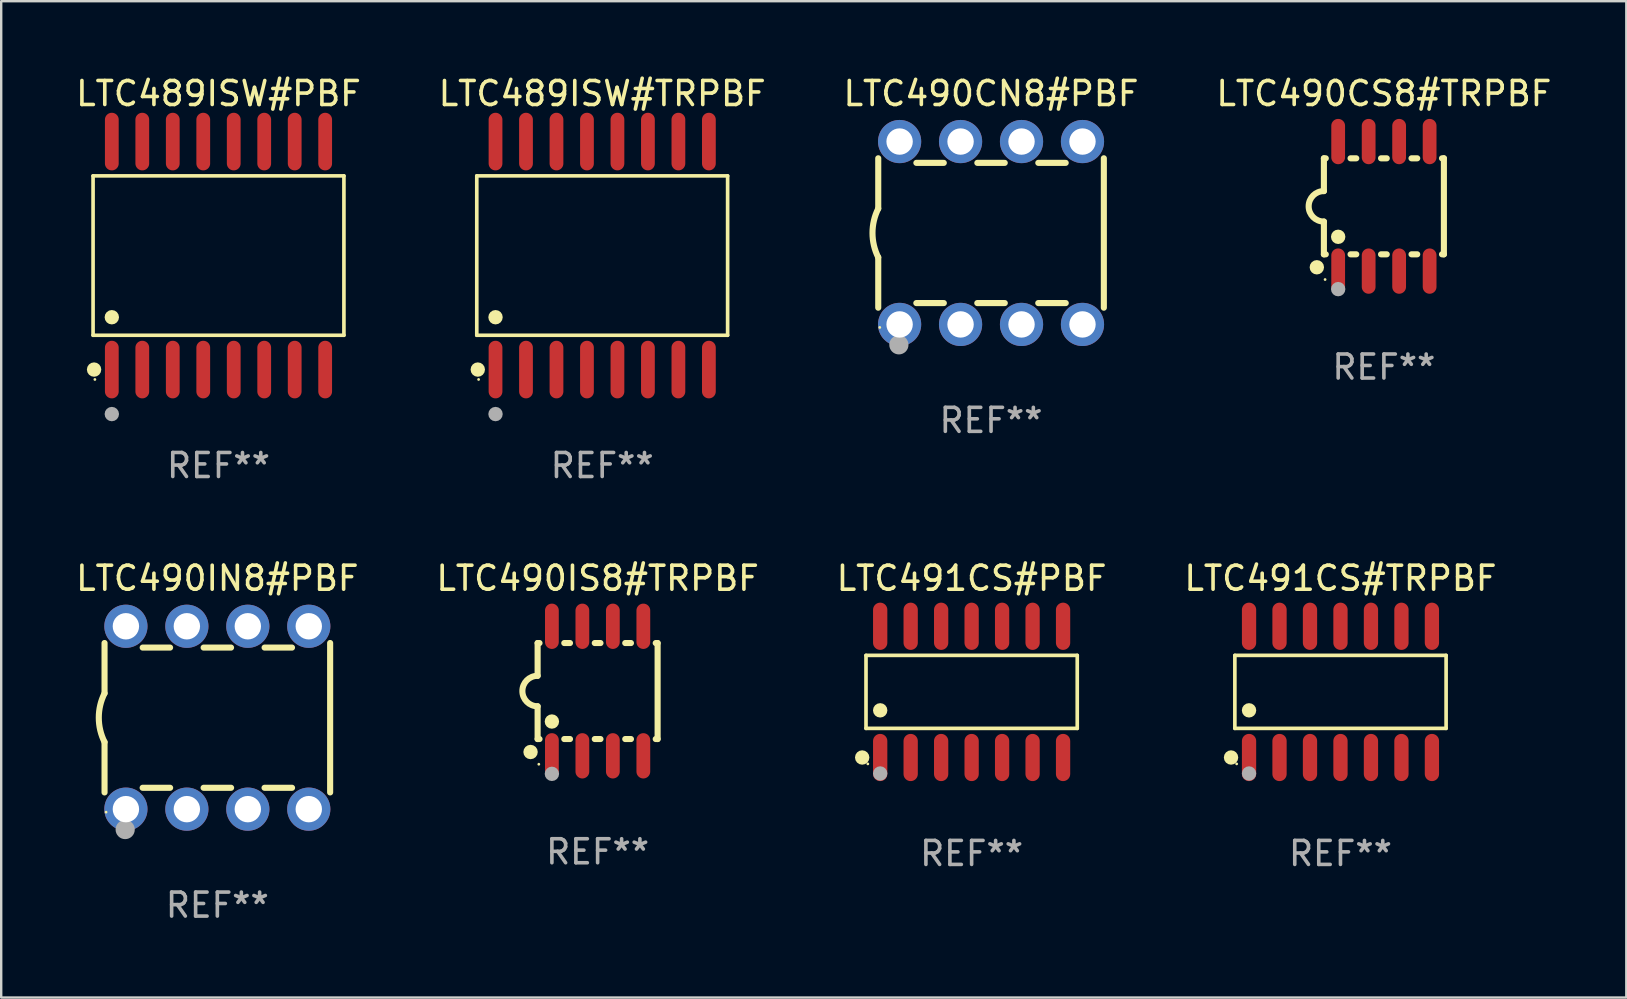
<source format=kicad_pcb>
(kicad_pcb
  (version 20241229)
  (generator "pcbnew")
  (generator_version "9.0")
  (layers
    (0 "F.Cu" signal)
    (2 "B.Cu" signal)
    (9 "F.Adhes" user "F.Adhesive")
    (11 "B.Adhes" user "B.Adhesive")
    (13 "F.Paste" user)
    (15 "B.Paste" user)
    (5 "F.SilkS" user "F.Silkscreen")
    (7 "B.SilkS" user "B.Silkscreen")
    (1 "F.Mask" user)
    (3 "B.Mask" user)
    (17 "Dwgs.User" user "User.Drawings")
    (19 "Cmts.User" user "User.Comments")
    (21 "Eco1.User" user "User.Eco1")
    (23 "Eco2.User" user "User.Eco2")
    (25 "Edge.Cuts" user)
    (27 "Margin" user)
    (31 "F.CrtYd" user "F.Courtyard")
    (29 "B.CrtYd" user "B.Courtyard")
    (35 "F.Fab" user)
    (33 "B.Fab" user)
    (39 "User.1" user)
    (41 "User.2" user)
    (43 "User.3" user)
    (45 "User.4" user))
  (footprint "LTC490IS8#TRPBF"
    (layer "F.Cu")
    (at 21.851 25.744)
    (property "Reference" "LTC490IS8#TRPBF" (at 0 -4.699 0) (layer "F.SilkS") (effects (font (size 1 1) (thickness 0.15))))
    (attr through_hole)
    (fp_line (start -2.5 -2) (end -2.5 -0.635) (stroke (width 0.254) (type solid)) (layer "F.SilkS"))
    (fp_line (start -2.5 -2) (end -2.421 -2) (stroke (width 0.254) (type solid)) (layer "F.SilkS"))
    (fp_line (start -2.5 2) (end -2.5 0.635) (stroke (width 0.254) (type solid)) (layer "F.SilkS"))
    (fp_line (start -2.5 2) (end -2.421 2) (stroke (width 0.254) (type solid)) (layer "F.SilkS"))
    (fp_line (start -1.389 -2) (end -1.151 -2) (stroke (width 0.254) (type solid)) (layer "F.SilkS"))
    (fp_line (start -1.389 2) (end -1.151 2) (stroke (width 0.254) (type solid)) (layer "F.SilkS"))
    (fp_line (start -0.119 -2) (end 0.119 -2) (stroke (width 0.254) (type solid)) (layer "F.SilkS"))
    (fp_line (start -0.119 2) (end 0.119 2) (stroke (width 0.254) (type solid)) (layer "F.SilkS"))
    (fp_line (start 1.151 -2) (end 1.389 -2) (stroke (width 0.254) (type solid)) (layer "F.SilkS"))
    (fp_line (start 1.151 2) (end 1.389 2) (stroke (width 0.254) (type solid)) (layer "F.SilkS"))
    (fp_line (start 2.421 -2) (end 2.5 -2) (stroke (width 0.254) (type solid)) (layer "F.SilkS"))
    (fp_line (start 2.421 2) (end 2.5 2) (stroke (width 0.254) (type solid)) (layer "F.SilkS"))
    (fp_line (start 2.5 -2) (end 2.5 2) (stroke (width 0.254) (type solid)) (layer "F.SilkS"))
    (fp_arc (start -2.5 0.635001) (mid -3.134366 -0.000318) (end -2.499365 -0.635001) (stroke (width 0.254001) (type solid)) (layer "F.SilkS"))
    (fp_circle (center -2.794 2.54) (end -2.644 2.54) (stroke (width 0.3) (type solid)) (fill no) (layer "F.SilkS"))
    (fp_circle (center -2.45 3.05) (end -2.42 3.05) (stroke (width 0.06) (type solid)) (fill no) (layer "F.SilkS"))
    (fp_circle (center -1.905 1.27) (end -1.755 1.27) (stroke (width 0.3) (type solid)) (fill no) (layer "F.SilkS"))
    (fp_circle (center -1.905 3.45) (end -1.755 3.45) (stroke (width 0.3) (type solid)) (fill no) (layer "F.Fab"))
    (fp_text user "REF**" (at 0 6.699 0) (layer "F.Fab") (effects (font (size 1 1) (thickness 0.15))))
    (pad "1" smd oval (at -1.905 2.699) (size 0.574 1.888) (layers "F.Cu" "F.Mask" "F.Paste"))
    (pad "2" smd oval (at -0.635 2.699) (size 0.574 1.888) (layers "F.Cu" "F.Mask" "F.Paste"))
    (pad "3" smd oval (at 0.635 2.699) (size 0.574 1.888) (layers "F.Cu" "F.Mask" "F.Paste"))
    (pad "4" smd oval (at 1.905 2.699) (size 0.574 1.888) (layers "F.Cu" "F.Mask" "F.Paste"))
    (pad "5" smd oval (at 1.905 -2.699) (size 0.574 1.888) (layers "F.Cu" "F.Mask" "F.Paste"))
    (pad "6" smd oval (at 0.635 -2.699) (size 0.574 1.888) (layers "F.Cu" "F.Mask" "F.Paste"))
    (pad "7" smd oval (at -0.635 -2.699) (size 0.574 1.888) (layers "F.Cu" "F.Mask" "F.Paste"))
    (pad "8" smd oval (at -1.905 -2.699) (size 0.574 1.888) (layers "F.Cu" "F.Mask" "F.Paste")))
  (footprint "LTC490CN8#PBF"
    (layer "F.Cu")
    (at 38.244 6.658)
    (property "Reference" "LTC490CN8#PBF" (at 0 -5.81 0) (layer "F.SilkS") (effects (font (size 1 1) (thickness 0.15))))
    (attr through_hole)
    (fp_line (start -4.7 -1.017) (end -4.7 -3.113) (stroke (width 0.254) (type solid)) (layer "F.SilkS"))
    (fp_line (start -4.7 1.015) (end -4.7 3.113) (stroke (width 0.254) (type solid)) (layer "F.SilkS"))
    (fp_line (start -3.113 2.92) (end -1.967 2.92) (stroke (width 0.254) (type solid)) (layer "F.SilkS"))
    (fp_line (start -3.111 -2.922) (end -1.969 -2.922) (stroke (width 0.254) (type solid)) (layer "F.SilkS"))
    (fp_line (start -0.573 2.92) (end 0.573 2.92) (stroke (width 0.254) (type solid)) (layer "F.SilkS"))
    (fp_line (start -0.571 -2.922) (end 0.571 -2.922) (stroke (width 0.254) (type solid)) (layer "F.SilkS"))
    (fp_line (start 1.967 2.92) (end 3.113 2.92) (stroke (width 0.254) (type solid)) (layer "F.SilkS"))
    (fp_line (start 1.969 -2.922) (end 3.111 -2.922) (stroke (width 0.254) (type solid)) (layer "F.SilkS"))
    (fp_line (start 4.7 -3.113) (end 4.7 3.113) (stroke (width 0.254) (type solid)) (layer "F.SilkS"))
    (fp_arc (start -4.7 1.01524) (mid -4.939846 -0.000762) (end -4.7 -1.016764) (stroke (width 0.254001) (type solid)) (layer "F.SilkS"))
    (fp_circle (center -4.636 3.935) (end -4.606 3.935) (stroke (width 0.06) (type solid)) (fill no) (layer "F.SilkS"))
    (fp_circle (center -3.84 4.66) (end -3.64 4.66) (stroke (width 0.4) (type solid)) (fill no) (layer "F.Fab"))
    (fp_text user "REF**" (at 0 7.81 0) (layer "F.Fab") (effects (font (size 1 1) (thickness 0.15))))
    (pad "1" thru_hole circle (at -3.81 3.81) (size 1.8 1.8) (drill 1.1) (layers "*.Cu" "*.Mask"))
    (pad "2" thru_hole circle (at -1.27 3.81) (size 1.8 1.8) (drill 1.1) (layers "*.Cu" "*.Mask"))
    (pad "3" thru_hole circle (at 1.27 3.81) (size 1.8 1.8) (drill 1.1) (layers "*.Cu" "*.Mask"))
    (pad "4" thru_hole circle (at 3.81 3.81) (size 1.8 1.8) (drill 1.1) (layers "*.Cu" "*.Mask"))
    (pad "5" thru_hole circle (at 3.81 -3.81) (size 1.8 1.8) (drill 1.1) (layers "*.Cu" "*.Mask"))
    (pad "6" thru_hole circle (at 1.27 -3.81) (size 1.8 1.8) (drill 1.1) (layers "*.Cu" "*.Mask"))
    (pad "7" thru_hole circle (at -1.27 -3.81) (size 1.8 1.8) (drill 1.1) (layers "*.Cu" "*.Mask"))
    (pad "8" thru_hole circle (at -3.81 -3.81) (size 1.8 1.8) (drill 1.1) (layers "*.Cu" "*.Mask")))
  (footprint "LTC490IN8#PBF"
    (layer "F.Cu")
    (at 6.006 26.855)
    (property "Reference" "LTC490IN8#PBF" (at 0 -5.81 0) (layer "F.SilkS") (effects (font (size 1 1) (thickness 0.15))))
    (attr through_hole)
    (fp_line (start -4.7 -1.017) (end -4.7 -3.113) (stroke (width 0.254) (type solid)) (layer "F.SilkS"))
    (fp_line (start -4.7 1.015) (end -4.7 3.113) (stroke (width 0.254) (type solid)) (layer "F.SilkS"))
    (fp_line (start -3.113 2.92) (end -1.967 2.92) (stroke (width 0.254) (type solid)) (layer "F.SilkS"))
    (fp_line (start -3.111 -2.922) (end -1.969 -2.922) (stroke (width 0.254) (type solid)) (layer "F.SilkS"))
    (fp_line (start -0.573 2.92) (end 0.573 2.92) (stroke (width 0.254) (type solid)) (layer "F.SilkS"))
    (fp_line (start -0.571 -2.922) (end 0.571 -2.922) (stroke (width 0.254) (type solid)) (layer "F.SilkS"))
    (fp_line (start 1.967 2.92) (end 3.113 2.92) (stroke (width 0.254) (type solid)) (layer "F.SilkS"))
    (fp_line (start 1.969 -2.922) (end 3.111 -2.922) (stroke (width 0.254) (type solid)) (layer "F.SilkS"))
    (fp_line (start 4.7 -3.113) (end 4.7 3.113) (stroke (width 0.254) (type solid)) (layer "F.SilkS"))
    (fp_arc (start -4.7 1.01524) (mid -4.939846 -0.000762) (end -4.7 -1.016764) (stroke (width 0.254001) (type solid)) (layer "F.SilkS"))
    (fp_circle (center -4.636 3.935) (end -4.606 3.935) (stroke (width 0.06) (type solid)) (fill no) (layer "F.SilkS"))
    (fp_circle (center -3.84 4.66) (end -3.64 4.66) (stroke (width 0.4) (type solid)) (fill no) (layer "F.Fab"))
    (fp_text user "REF**" (at 0 7.81 0) (layer "F.Fab") (effects (font (size 1 1) (thickness 0.15))))
    (pad "1" thru_hole circle (at -3.81 3.81) (size 1.8 1.8) (drill 1.1) (layers "*.Cu" "*.Mask"))
    (pad "2" thru_hole circle (at -1.27 3.81) (size 1.8 1.8) (drill 1.1) (layers "*.Cu" "*.Mask"))
    (pad "3" thru_hole circle (at 1.27 3.81) (size 1.8 1.8) (drill 1.1) (layers "*.Cu" "*.Mask"))
    (pad "4" thru_hole circle (at 3.81 3.81) (size 1.8 1.8) (drill 1.1) (layers "*.Cu" "*.Mask"))
    (pad "5" thru_hole circle (at 3.81 -3.81) (size 1.8 1.8) (drill 1.1) (layers "*.Cu" "*.Mask"))
    (pad "6" thru_hole circle (at 1.27 -3.81) (size 1.8 1.8) (drill 1.1) (layers "*.Cu" "*.Mask"))
    (pad "7" thru_hole circle (at -1.27 -3.81) (size 1.8 1.8) (drill 1.1) (layers "*.Cu" "*.Mask"))
    (pad "8" thru_hole circle (at -3.81 -3.81) (size 1.8 1.8) (drill 1.1) (layers "*.Cu" "*.Mask")))
  (footprint "LTC489ISW#PBF"
    (layer "F.Cu")
    (at 6.054 7.599)
    (property "Reference" "LTC489ISW#PBF" (at 0 -6.75 0) (layer "F.SilkS") (effects (font (size 1 1) (thickness 0.15))))
    (attr through_hole)
    (fp_line (start -5.226 -3.321) (end 5.226 -3.321) (stroke (width 0.152) (type solid)) (layer "F.SilkS"))
    (fp_line (start -5.226 3.321) (end -5.226 -3.321) (stroke (width 0.152) (type solid)) (layer "F.SilkS"))
    (fp_line (start 5.226 -3.321) (end 5.226 3.321) (stroke (width 0.152) (type solid)) (layer "F.SilkS"))
    (fp_line (start 5.226 3.321) (end -5.226 3.321) (stroke (width 0.152) (type solid)) (layer "F.SilkS"))
    (fp_circle (center -5.184 4.75) (end -5.034 4.75) (stroke (width 0.3) (type solid)) (fill no) (layer "F.SilkS"))
    (fp_circle (center -5.15 5.162) (end -5.12 5.162) (stroke (width 0.06) (type solid)) (fill no) (layer "F.SilkS"))
    (fp_circle (center -4.445 2.569) (end -4.295 2.569) (stroke (width 0.3) (type solid)) (fill no) (layer "F.SilkS"))
    (fp_circle (center -4.445 6.604) (end -4.295 6.604) (stroke (width 0.3) (type solid)) (fill no) (layer "F.Fab"))
    (fp_text user "REF**" (at 0 8.75 0) (layer "F.Fab") (effects (font (size 1 1) (thickness 0.15))))
    (pad "1" smd oval (at -4.445 4.75) (size 0.574 2.401) (layers "F.Cu" "F.Mask" "F.Paste"))
    (pad "2" smd oval (at -3.175 4.75) (size 0.574 2.401) (layers "F.Cu" "F.Mask" "F.Paste"))
    (pad "3" smd oval (at -1.905 4.75) (size 0.574 2.401) (layers "F.Cu" "F.Mask" "F.Paste"))
    (pad "4" smd oval (at -0.635 4.75) (size 0.574 2.401) (layers "F.Cu" "F.Mask" "F.Paste"))
    (pad "5" smd oval (at 0.635 4.75) (size 0.574 2.401) (layers "F.Cu" "F.Mask" "F.Paste"))
    (pad "6" smd oval (at 1.905 4.75) (size 0.574 2.401) (layers "F.Cu" "F.Mask" "F.Paste"))
    (pad "7" smd oval (at 3.175 4.75) (size 0.574 2.401) (layers "F.Cu" "F.Mask" "F.Paste"))
    (pad "8" smd oval (at 4.445 4.75) (size 0.574 2.401) (layers "F.Cu" "F.Mask" "F.Paste"))
    (pad "9" smd oval (at 4.445 -4.75) (size 0.574 2.401) (layers "F.Cu" "F.Mask" "F.Paste"))
    (pad "10" smd oval (at 3.175 -4.75) (size 0.574 2.401) (layers "F.Cu" "F.Mask" "F.Paste"))
    (pad "11" smd oval (at 1.905 -4.75) (size 0.574 2.401) (layers "F.Cu" "F.Mask" "F.Paste"))
    (pad "12" smd oval (at 0.635 -4.75) (size 0.574 2.401) (layers "F.Cu" "F.Mask" "F.Paste"))
    (pad "13" smd oval (at -0.635 -4.75) (size 0.574 2.401) (layers "F.Cu" "F.Mask" "F.Paste"))
    (pad "14" smd oval (at -1.905 -4.75) (size 0.574 2.401) (layers "F.Cu" "F.Mask" "F.Paste"))
    (pad "15" smd oval (at -3.175 -4.75) (size 0.574 2.401) (layers "F.Cu" "F.Mask" "F.Paste"))
    (pad "16" smd oval (at -4.445 -4.75) (size 0.574 2.401) (layers "F.Cu" "F.Mask" "F.Paste")))
  (footprint "LTC491CS#TRPBF"
    (layer "F.Cu")
    (at 52.804 25.779)
    (property "Reference" "LTC491CS#TRPBF" (at 0 -4.734 0) (layer "F.SilkS") (effects (font (size 1 1) (thickness 0.15))))
    (attr through_hole)
    (fp_line (start -4.401 -1.521) (end 4.401 -1.521) (stroke (width 0.152) (type solid)) (layer "F.SilkS"))
    (fp_line (start -4.401 1.521) (end -4.401 -1.521) (stroke (width 0.152) (type solid)) (layer "F.SilkS"))
    (fp_line (start 4.401 -1.521) (end 4.401 1.521) (stroke (width 0.152) (type solid)) (layer "F.SilkS"))
    (fp_line (start 4.401 1.521) (end -4.401 1.521) (stroke (width 0.152) (type solid)) (layer "F.SilkS"))
    (fp_circle (center -4.56 2.734) (end -4.41 2.734) (stroke (width 0.3) (type solid)) (fill no) (layer "F.SilkS"))
    (fp_circle (center -4.325 3) (end -4.295 3) (stroke (width 0.06) (type solid)) (fill no) (layer "F.SilkS"))
    (fp_circle (center -3.81 0.769) (end -3.66 0.769) (stroke (width 0.3) (type solid)) (fill no) (layer "F.SilkS"))
    (fp_circle (center -3.81 3.4) (end -3.66 3.4) (stroke (width 0.3) (type solid)) (fill no) (layer "F.Fab"))
    (fp_text user "REF**" (at 0 6.734 0) (layer "F.Fab") (effects (font (size 1 1) (thickness 0.15))))
    (pad "1" smd oval (at -3.81 2.734) (size 0.595 1.968) (layers "F.Cu" "F.Mask" "F.Paste"))
    (pad "2" smd oval (at -2.54 2.734) (size 0.595 1.968) (layers "F.Cu" "F.Mask" "F.Paste"))
    (pad "3" smd oval (at -1.27 2.734) (size 0.595 1.968) (layers "F.Cu" "F.Mask" "F.Paste"))
    (pad "4" smd oval (at 0 2.734) (size 0.595 1.968) (layers "F.Cu" "F.Mask" "F.Paste"))
    (pad "5" smd oval (at 1.27 2.734) (size 0.595 1.968) (layers "F.Cu" "F.Mask" "F.Paste"))
    (pad "6" smd oval (at 2.54 2.734) (size 0.595 1.968) (layers "F.Cu" "F.Mask" "F.Paste"))
    (pad "7" smd oval (at 3.81 2.734) (size 0.595 1.968) (layers "F.Cu" "F.Mask" "F.Paste"))
    (pad "8" smd oval (at 3.81 -2.734) (size 0.595 1.968) (layers "F.Cu" "F.Mask" "F.Paste"))
    (pad "9" smd oval (at 2.54 -2.734) (size 0.595 1.968) (layers "F.Cu" "F.Mask" "F.Paste"))
    (pad "10" smd oval (at 1.27 -2.734) (size 0.595 1.968) (layers "F.Cu" "F.Mask" "F.Paste"))
    (pad "11" smd oval (at 0 -2.734) (size 0.595 1.968) (layers "F.Cu" "F.Mask" "F.Paste"))
    (pad "12" smd oval (at -1.27 -2.734) (size 0.595 1.968) (layers "F.Cu" "F.Mask" "F.Paste"))
    (pad "13" smd oval (at -2.54 -2.734) (size 0.595 1.968) (layers "F.Cu" "F.Mask" "F.Paste"))
    (pad "14" smd oval (at -3.81 -2.734) (size 0.595 1.968) (layers "F.Cu" "F.Mask" "F.Paste")))
  (footprint "LTC490CS8#TRPBF"
    (layer "F.Cu")
    (at 54.613 5.547)
    (property "Reference" "LTC490CS8#TRPBF" (at 0 -4.699 0) (layer "F.SilkS") (effects (font (size 1 1) (thickness 0.15))))
    (attr through_hole)
    (fp_line (start -2.5 -2) (end -2.5 -0.635) (stroke (width 0.254) (type solid)) (layer "F.SilkS"))
    (fp_line (start -2.5 -2) (end -2.421 -2) (stroke (width 0.254) (type solid)) (layer "F.SilkS"))
    (fp_line (start -2.5 2) (end -2.5 0.635) (stroke (width 0.254) (type solid)) (layer "F.SilkS"))
    (fp_line (start -2.5 2) (end -2.421 2) (stroke (width 0.254) (type solid)) (layer "F.SilkS"))
    (fp_line (start -1.389 -2) (end -1.151 -2) (stroke (width 0.254) (type solid)) (layer "F.SilkS"))
    (fp_line (start -1.389 2) (end -1.151 2) (stroke (width 0.254) (type solid)) (layer "F.SilkS"))
    (fp_line (start -0.119 -2) (end 0.119 -2) (stroke (width 0.254) (type solid)) (layer "F.SilkS"))
    (fp_line (start -0.119 2) (end 0.119 2) (stroke (width 0.254) (type solid)) (layer "F.SilkS"))
    (fp_line (start 1.151 -2) (end 1.389 -2) (stroke (width 0.254) (type solid)) (layer "F.SilkS"))
    (fp_line (start 1.151 2) (end 1.389 2) (stroke (width 0.254) (type solid)) (layer "F.SilkS"))
    (fp_line (start 2.421 -2) (end 2.5 -2) (stroke (width 0.254) (type solid)) (layer "F.SilkS"))
    (fp_line (start 2.421 2) (end 2.5 2) (stroke (width 0.254) (type solid)) (layer "F.SilkS"))
    (fp_line (start 2.5 -2) (end 2.5 2) (stroke (width 0.254) (type solid)) (layer "F.SilkS"))
    (fp_arc (start -2.5 0.635001) (mid -3.134366 -0.000318) (end -2.499365 -0.635001) (stroke (width 0.254001) (type solid)) (layer "F.SilkS"))
    (fp_circle (center -2.794 2.54) (end -2.644 2.54) (stroke (width 0.3) (type solid)) (fill no) (layer "F.SilkS"))
    (fp_circle (center -2.45 3.05) (end -2.42 3.05) (stroke (width 0.06) (type solid)) (fill no) (layer "F.SilkS"))
    (fp_circle (center -1.905 1.27) (end -1.755 1.27) (stroke (width 0.3) (type solid)) (fill no) (layer "F.SilkS"))
    (fp_circle (center -1.905 3.45) (end -1.755 3.45) (stroke (width 0.3) (type solid)) (fill no) (layer "F.Fab"))
    (fp_text user "REF**" (at 0 6.699 0) (layer "F.Fab") (effects (font (size 1 1) (thickness 0.15))))
    (pad "1" smd oval (at -1.905 2.699) (size 0.574 1.888) (layers "F.Cu" "F.Mask" "F.Paste"))
    (pad "2" smd oval (at -0.635 2.699) (size 0.574 1.888) (layers "F.Cu" "F.Mask" "F.Paste"))
    (pad "3" smd oval (at 0.635 2.699) (size 0.574 1.888) (layers "F.Cu" "F.Mask" "F.Paste"))
    (pad "4" smd oval (at 1.905 2.699) (size 0.574 1.888) (layers "F.Cu" "F.Mask" "F.Paste"))
    (pad "5" smd oval (at 1.905 -2.699) (size 0.574 1.888) (layers "F.Cu" "F.Mask" "F.Paste"))
    (pad "6" smd oval (at 0.635 -2.699) (size 0.574 1.888) (layers "F.Cu" "F.Mask" "F.Paste"))
    (pad "7" smd oval (at -0.635 -2.699) (size 0.574 1.888) (layers "F.Cu" "F.Mask" "F.Paste"))
    (pad "8" smd oval (at -1.905 -2.699) (size 0.574 1.888) (layers "F.Cu" "F.Mask" "F.Paste")))
  (footprint "LTC491CS#PBF"
    (layer "F.Cu")
    (at 37.435 25.779)
    (property "Reference" "LTC491CS#PBF" (at 0 -4.734 0) (layer "F.SilkS") (effects (font (size 1 1) (thickness 0.15))))
    (attr through_hole)
    (fp_line (start -4.401 -1.521) (end 4.401 -1.521) (stroke (width 0.152) (type solid)) (layer "F.SilkS"))
    (fp_line (start -4.401 1.521) (end -4.401 -1.521) (stroke (width 0.152) (type solid)) (layer "F.SilkS"))
    (fp_line (start 4.401 -1.521) (end 4.401 1.521) (stroke (width 0.152) (type solid)) (layer "F.SilkS"))
    (fp_line (start 4.401 1.521) (end -4.401 1.521) (stroke (width 0.152) (type solid)) (layer "F.SilkS"))
    (fp_circle (center -4.56 2.734) (end -4.41 2.734) (stroke (width 0.3) (type solid)) (fill no) (layer "F.SilkS"))
    (fp_circle (center -4.325 3) (end -4.295 3) (stroke (width 0.06) (type solid)) (fill no) (layer "F.SilkS"))
    (fp_circle (center -3.81 0.769) (end -3.66 0.769) (stroke (width 0.3) (type solid)) (fill no) (layer "F.SilkS"))
    (fp_circle (center -3.81 3.4) (end -3.66 3.4) (stroke (width 0.3) (type solid)) (fill no) (layer "F.Fab"))
    (fp_text user "REF**" (at 0 6.734 0) (layer "F.Fab") (effects (font (size 1 1) (thickness 0.15))))
    (pad "1" smd oval (at -3.81 2.734) (size 0.595 1.968) (layers "F.Cu" "F.Mask" "F.Paste"))
    (pad "2" smd oval (at -2.54 2.734) (size 0.595 1.968) (layers "F.Cu" "F.Mask" "F.Paste"))
    (pad "3" smd oval (at -1.27 2.734) (size 0.595 1.968) (layers "F.Cu" "F.Mask" "F.Paste"))
    (pad "4" smd oval (at 0 2.734) (size 0.595 1.968) (layers "F.Cu" "F.Mask" "F.Paste"))
    (pad "5" smd oval (at 1.27 2.734) (size 0.595 1.968) (layers "F.Cu" "F.Mask" "F.Paste"))
    (pad "6" smd oval (at 2.54 2.734) (size 0.595 1.968) (layers "F.Cu" "F.Mask" "F.Paste"))
    (pad "7" smd oval (at 3.81 2.734) (size 0.595 1.968) (layers "F.Cu" "F.Mask" "F.Paste"))
    (pad "8" smd oval (at 3.81 -2.734) (size 0.595 1.968) (layers "F.Cu" "F.Mask" "F.Paste"))
    (pad "9" smd oval (at 2.54 -2.734) (size 0.595 1.968) (layers "F.Cu" "F.Mask" "F.Paste"))
    (pad "10" smd oval (at 1.27 -2.734) (size 0.595 1.968) (layers "F.Cu" "F.Mask" "F.Paste"))
    (pad "11" smd oval (at 0 -2.734) (size 0.595 1.968) (layers "F.Cu" "F.Mask" "F.Paste"))
    (pad "12" smd oval (at -1.27 -2.734) (size 0.595 1.968) (layers "F.Cu" "F.Mask" "F.Paste"))
    (pad "13" smd oval (at -2.54 -2.734) (size 0.595 1.968) (layers "F.Cu" "F.Mask" "F.Paste"))
    (pad "14" smd oval (at -3.81 -2.734) (size 0.595 1.968) (layers "F.Cu" "F.Mask" "F.Paste")))
  (footprint "LTC489ISW#TRPBF"
    (layer "F.Cu")
    (at 22.042 7.599)
    (property "Reference" "LTC489ISW#TRPBF" (at 0 -6.75 0) (layer "F.SilkS") (effects (font (size 1 1) (thickness 0.15))))
    (attr through_hole)
    (fp_line (start -5.226 -3.321) (end 5.226 -3.321) (stroke (width 0.152) (type solid)) (layer "F.SilkS"))
    (fp_line (start -5.226 3.321) (end -5.226 -3.321) (stroke (width 0.152) (type solid)) (layer "F.SilkS"))
    (fp_line (start 5.226 -3.321) (end 5.226 3.321) (stroke (width 0.152) (type solid)) (layer "F.SilkS"))
    (fp_line (start 5.226 3.321) (end -5.226 3.321) (stroke (width 0.152) (type solid)) (layer "F.SilkS"))
    (fp_circle (center -5.184 4.75) (end -5.034 4.75) (stroke (width 0.3) (type solid)) (fill no) (layer "F.SilkS"))
    (fp_circle (center -5.15 5.162) (end -5.12 5.162) (stroke (width 0.06) (type solid)) (fill no) (layer "F.SilkS"))
    (fp_circle (center -4.445 2.569) (end -4.295 2.569) (stroke (width 0.3) (type solid)) (fill no) (layer "F.SilkS"))
    (fp_circle (center -4.445 6.604) (end -4.295 6.604) (stroke (width 0.3) (type solid)) (fill no) (layer "F.Fab"))
    (fp_text user "REF**" (at 0 8.75 0) (layer "F.Fab") (effects (font (size 1 1) (thickness 0.15))))
    (pad "1" smd oval (at -4.445 4.75) (size 0.574 2.401) (layers "F.Cu" "F.Mask" "F.Paste"))
    (pad "2" smd oval (at -3.175 4.75) (size 0.574 2.401) (layers "F.Cu" "F.Mask" "F.Paste"))
    (pad "3" smd oval (at -1.905 4.75) (size 0.574 2.401) (layers "F.Cu" "F.Mask" "F.Paste"))
    (pad "4" smd oval (at -0.635 4.75) (size 0.574 2.401) (layers "F.Cu" "F.Mask" "F.Paste"))
    (pad "5" smd oval (at 0.635 4.75) (size 0.574 2.401) (layers "F.Cu" "F.Mask" "F.Paste"))
    (pad "6" smd oval (at 1.905 4.75) (size 0.574 2.401) (layers "F.Cu" "F.Mask" "F.Paste"))
    (pad "7" smd oval (at 3.175 4.75) (size 0.574 2.401) (layers "F.Cu" "F.Mask" "F.Paste"))
    (pad "8" smd oval (at 4.445 4.75) (size 0.574 2.401) (layers "F.Cu" "F.Mask" "F.Paste"))
    (pad "9" smd oval (at 4.445 -4.75) (size 0.574 2.401) (layers "F.Cu" "F.Mask" "F.Paste"))
    (pad "10" smd oval (at 3.175 -4.75) (size 0.574 2.401) (layers "F.Cu" "F.Mask" "F.Paste"))
    (pad "11" smd oval (at 1.905 -4.75) (size 0.574 2.401) (layers "F.Cu" "F.Mask" "F.Paste"))
    (pad "12" smd oval (at 0.635 -4.75) (size 0.574 2.401) (layers "F.Cu" "F.Mask" "F.Paste"))
    (pad "13" smd oval (at -0.635 -4.75) (size 0.574 2.401) (layers "F.Cu" "F.Mask" "F.Paste"))
    (pad "14" smd oval (at -1.905 -4.75) (size 0.574 2.401) (layers "F.Cu" "F.Mask" "F.Paste"))
    (pad "15" smd oval (at -3.175 -4.75) (size 0.574 2.401) (layers "F.Cu" "F.Mask" "F.Paste"))
    (pad "16" smd oval (at -4.445 -4.75) (size 0.574 2.401) (layers "F.Cu" "F.Mask" "F.Paste")))
  (gr_rect
    (start -3 -3)
    (end 64.714 38.514)
    (stroke (width 0.1) (type default))
    (fill no)
    (layer "Edge.Cuts")))
</source>
